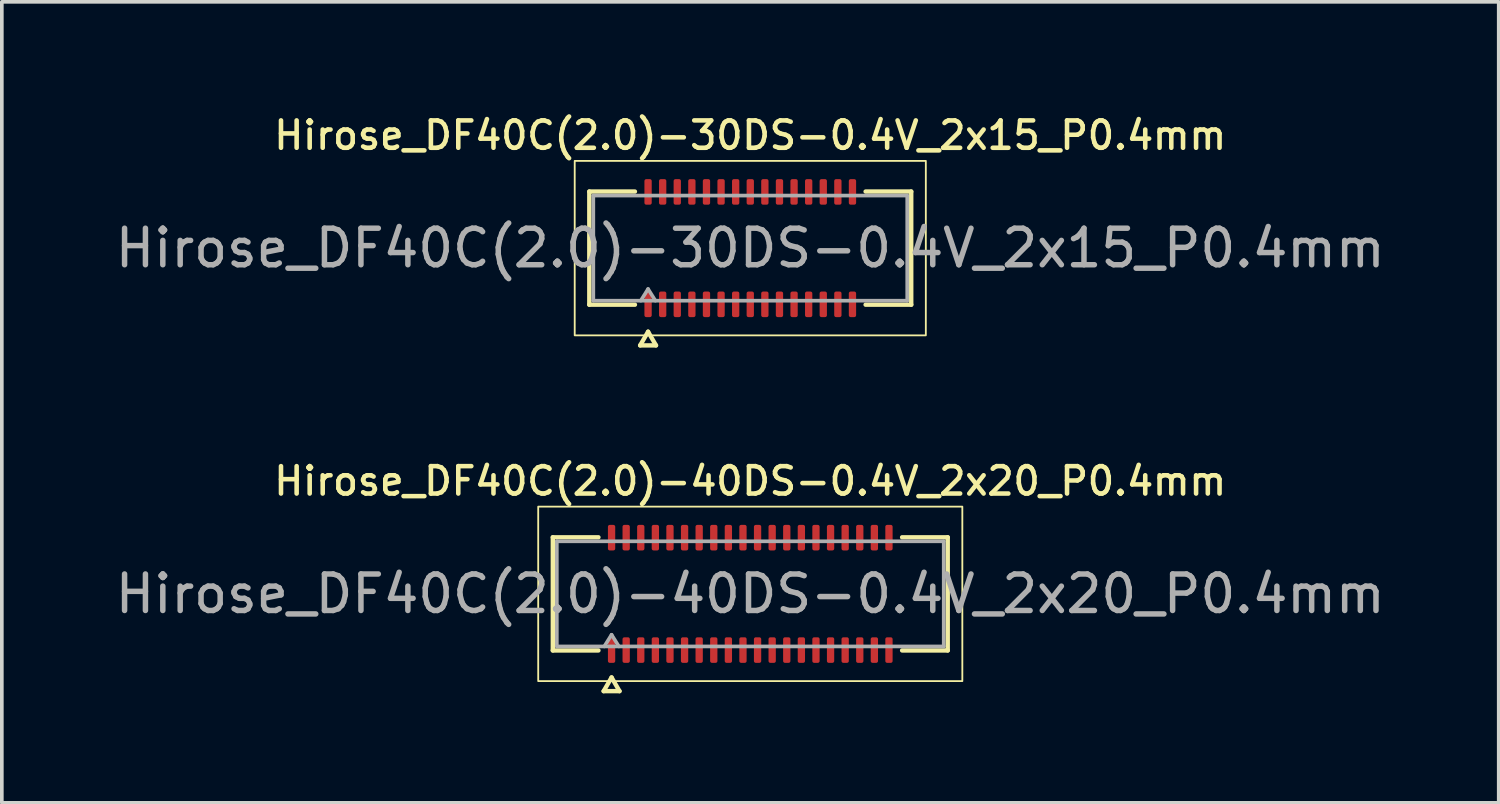
<source format=kicad_pcb>
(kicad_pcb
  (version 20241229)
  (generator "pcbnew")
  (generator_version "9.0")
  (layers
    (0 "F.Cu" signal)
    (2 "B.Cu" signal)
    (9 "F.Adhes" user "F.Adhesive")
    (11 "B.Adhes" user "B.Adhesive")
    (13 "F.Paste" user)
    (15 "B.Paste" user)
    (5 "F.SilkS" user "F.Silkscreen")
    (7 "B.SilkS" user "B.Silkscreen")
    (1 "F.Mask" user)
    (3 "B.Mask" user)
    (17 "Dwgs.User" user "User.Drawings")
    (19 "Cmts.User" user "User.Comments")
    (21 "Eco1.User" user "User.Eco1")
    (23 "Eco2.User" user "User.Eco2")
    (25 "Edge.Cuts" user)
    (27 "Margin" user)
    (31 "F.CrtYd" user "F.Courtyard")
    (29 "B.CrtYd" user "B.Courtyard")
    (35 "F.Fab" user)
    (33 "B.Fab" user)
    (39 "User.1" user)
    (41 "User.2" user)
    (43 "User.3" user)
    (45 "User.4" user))
  (footprint "Hirose_DF40C(2.0)-40DS-0.4V_2x20_P0.4mm"
    (layer "F.Cu")
    (at 17.506 13.221)
    (property "Reference" "Hirose_DF40C(2.0)-40DS-0.4V_2x20_P0.4mm" (at 0 -3.09 0) (layer "F.SilkS") (effects (font (size 0.75 0.75) (thickness 0.125))))
    (attr smd)
    (fp_line (start -5.41 -1.55) (end -4.16 -1.55) (stroke (width 0.12) (type solid)) (layer "F.SilkS"))
    (fp_line (start -5.41 1.55) (end -5.41 -1.55) (stroke (width 0.12) (type solid)) (layer "F.SilkS"))
    (fp_line (start -4.16 1.55) (end -5.41 1.55) (stroke (width 0.12) (type solid)) (layer "F.SilkS"))
    (fp_line (start -4.017 2.665) (end -3.8 2.29) (stroke (width 0.12) (type solid)) (layer "F.SilkS"))
    (fp_line (start -3.8 2.29) (end -3.583 2.665) (stroke (width 0.12) (type solid)) (layer "F.SilkS"))
    (fp_line (start -3.583 2.665) (end -4.017 2.665) (stroke (width 0.12) (type solid)) (layer "F.SilkS"))
    (fp_line (start 4.16 -1.55) (end 5.41 -1.55) (stroke (width 0.12) (type solid)) (layer "F.SilkS"))
    (fp_line (start 5.41 -1.55) (end 5.41 1.55) (stroke (width 0.12) (type solid)) (layer "F.SilkS"))
    (fp_line (start 5.41 1.55) (end 4.16 1.55) (stroke (width 0.12) (type solid)) (layer "F.SilkS"))
    (fp_rect (start -5.81 -2.39) (end 5.81 2.39) (stroke (width 0.05) (type solid)) (fill no) (layer "F.SilkS"))
    (fp_line (start -5.3 -1.44) (end 5.3 -1.44) (stroke (width 0.1) (type solid)) (layer "F.Fab"))
    (fp_line (start -5.3 1.44) (end -5.3 -1.44) (stroke (width 0.1) (type solid)) (layer "F.Fab"))
    (fp_line (start -4 1.44) (end -3.8 1.12) (stroke (width 0.1) (type solid)) (layer "F.Fab"))
    (fp_line (start -3.8 1.12) (end -3.6 1.44) (stroke (width 0.1) (type solid)) (layer "F.Fab"))
    (fp_line (start 5.3 -1.44) (end 5.3 1.44) (stroke (width 0.1) (type solid)) (layer "F.Fab"))
    (fp_line (start 5.3 1.44) (end -5.3 1.44) (stroke (width 0.1) (type solid)) (layer "F.Fab"))
    (fp_text user "${REFERENCE}" (at 0 0 0) (layer "F.Fab") (effects (font (size 1 1) (thickness 0.15))))
    (pad "1" smd roundrect (at -3.8 1.54) (size 0.2 0.7) (layers "F.Cu" "F.Mask" "F.Paste") (roundrect_rratio 0.25))
    (pad "2" smd roundrect (at -3.8 -1.54) (size 0.2 0.7) (layers "F.Cu" "F.Mask" "F.Paste") (roundrect_rratio 0.25))
    (pad "3" smd roundrect (at -3.4 1.54) (size 0.2 0.7) (layers "F.Cu" "F.Mask" "F.Paste") (roundrect_rratio 0.25))
    (pad "4" smd roundrect (at -3.4 -1.54) (size 0.2 0.7) (layers "F.Cu" "F.Mask" "F.Paste") (roundrect_rratio 0.25))
    (pad "5" smd roundrect (at -3 1.54) (size 0.2 0.7) (layers "F.Cu" "F.Mask" "F.Paste") (roundrect_rratio 0.25))
    (pad "6" smd roundrect (at -3 -1.54) (size 0.2 0.7) (layers "F.Cu" "F.Mask" "F.Paste") (roundrect_rratio 0.25))
    (pad "7" smd roundrect (at -2.6 1.54) (size 0.2 0.7) (layers "F.Cu" "F.Mask" "F.Paste") (roundrect_rratio 0.25))
    (pad "8" smd roundrect (at -2.6 -1.54) (size 0.2 0.7) (layers "F.Cu" "F.Mask" "F.Paste") (roundrect_rratio 0.25))
    (pad "9" smd roundrect (at -2.2 1.54) (size 0.2 0.7) (layers "F.Cu" "F.Mask" "F.Paste") (roundrect_rratio 0.25))
    (pad "10" smd roundrect (at -2.2 -1.54) (size 0.2 0.7) (layers "F.Cu" "F.Mask" "F.Paste") (roundrect_rratio 0.25))
    (pad "11" smd roundrect (at -1.8 1.54) (size 0.2 0.7) (layers "F.Cu" "F.Mask" "F.Paste") (roundrect_rratio 0.25))
    (pad "12" smd roundrect (at -1.8 -1.54) (size 0.2 0.7) (layers "F.Cu" "F.Mask" "F.Paste") (roundrect_rratio 0.25))
    (pad "13" smd roundrect (at -1.4 1.54) (size 0.2 0.7) (layers "F.Cu" "F.Mask" "F.Paste") (roundrect_rratio 0.25))
    (pad "14" smd roundrect (at -1.4 -1.54) (size 0.2 0.7) (layers "F.Cu" "F.Mask" "F.Paste") (roundrect_rratio 0.25))
    (pad "15" smd roundrect (at -1 1.54) (size 0.2 0.7) (layers "F.Cu" "F.Mask" "F.Paste") (roundrect_rratio 0.25))
    (pad "16" smd roundrect (at -1 -1.54) (size 0.2 0.7) (layers "F.Cu" "F.Mask" "F.Paste") (roundrect_rratio 0.25))
    (pad "17" smd roundrect (at -0.6 1.54) (size 0.2 0.7) (layers "F.Cu" "F.Mask" "F.Paste") (roundrect_rratio 0.25))
    (pad "18" smd roundrect (at -0.6 -1.54) (size 0.2 0.7) (layers "F.Cu" "F.Mask" "F.Paste") (roundrect_rratio 0.25))
    (pad "19" smd roundrect (at -0.2 1.54) (size 0.2 0.7) (layers "F.Cu" "F.Mask" "F.Paste") (roundrect_rratio 0.25))
    (pad "20" smd roundrect (at -0.2 -1.54) (size 0.2 0.7) (layers "F.Cu" "F.Mask" "F.Paste") (roundrect_rratio 0.25))
    (pad "21" smd roundrect (at 0.2 1.54) (size 0.2 0.7) (layers "F.Cu" "F.Mask" "F.Paste") (roundrect_rratio 0.25))
    (pad "22" smd roundrect (at 0.2 -1.54) (size 0.2 0.7) (layers "F.Cu" "F.Mask" "F.Paste") (roundrect_rratio 0.25))
    (pad "23" smd roundrect (at 0.6 1.54) (size 0.2 0.7) (layers "F.Cu" "F.Mask" "F.Paste") (roundrect_rratio 0.25))
    (pad "24" smd roundrect (at 0.6 -1.54) (size 0.2 0.7) (layers "F.Cu" "F.Mask" "F.Paste") (roundrect_rratio 0.25))
    (pad "25" smd roundrect (at 1 1.54) (size 0.2 0.7) (layers "F.Cu" "F.Mask" "F.Paste") (roundrect_rratio 0.25))
    (pad "26" smd roundrect (at 1 -1.54) (size 0.2 0.7) (layers "F.Cu" "F.Mask" "F.Paste") (roundrect_rratio 0.25))
    (pad "27" smd roundrect (at 1.4 1.54) (size 0.2 0.7) (layers "F.Cu" "F.Mask" "F.Paste") (roundrect_rratio 0.25))
    (pad "28" smd roundrect (at 1.4 -1.54) (size 0.2 0.7) (layers "F.Cu" "F.Mask" "F.Paste") (roundrect_rratio 0.25))
    (pad "29" smd roundrect (at 1.8 1.54) (size 0.2 0.7) (layers "F.Cu" "F.Mask" "F.Paste") (roundrect_rratio 0.25))
    (pad "30" smd roundrect (at 1.8 -1.54) (size 0.2 0.7) (layers "F.Cu" "F.Mask" "F.Paste") (roundrect_rratio 0.25))
    (pad "31" smd roundrect (at 2.2 1.54) (size 0.2 0.7) (layers "F.Cu" "F.Mask" "F.Paste") (roundrect_rratio 0.25))
    (pad "32" smd roundrect (at 2.2 -1.54) (size 0.2 0.7) (layers "F.Cu" "F.Mask" "F.Paste") (roundrect_rratio 0.25))
    (pad "33" smd roundrect (at 2.6 1.54) (size 0.2 0.7) (layers "F.Cu" "F.Mask" "F.Paste") (roundrect_rratio 0.25))
    (pad "34" smd roundrect (at 2.6 -1.54) (size 0.2 0.7) (layers "F.Cu" "F.Mask" "F.Paste") (roundrect_rratio 0.25))
    (pad "35" smd roundrect (at 3 1.54) (size 0.2 0.7) (layers "F.Cu" "F.Mask" "F.Paste") (roundrect_rratio 0.25))
    (pad "36" smd roundrect (at 3 -1.54) (size 0.2 0.7) (layers "F.Cu" "F.Mask" "F.Paste") (roundrect_rratio 0.25))
    (pad "37" smd roundrect (at 3.4 1.54) (size 0.2 0.7) (layers "F.Cu" "F.Mask" "F.Paste") (roundrect_rratio 0.25))
    (pad "38" smd roundrect (at 3.4 -1.54) (size 0.2 0.7) (layers "F.Cu" "F.Mask" "F.Paste") (roundrect_rratio 0.25))
    (pad "39" smd roundrect (at 3.8 1.54) (size 0.2 0.7) (layers "F.Cu" "F.Mask" "F.Paste") (roundrect_rratio 0.25))
    (pad "40" smd roundrect (at 3.8 -1.54) (size 0.2 0.7) (layers "F.Cu" "F.Mask" "F.Paste") (roundrect_rratio 0.25)))
  (footprint "Hirose_DF40C(2.0)-30DS-0.4V_2x15_P0.4mm"
    (layer "F.Cu")
    (at 17.506 3.748)
    (property "Reference" "Hirose_DF40C(2.0)-30DS-0.4V_2x15_P0.4mm" (at 0 -3.09 0) (layer "F.SilkS") (effects (font (size 0.75 0.75) (thickness 0.125))))
    (attr smd)
    (fp_line (start -4.41 -1.55) (end -3.16 -1.55) (stroke (width 0.12) (type solid)) (layer "F.SilkS"))
    (fp_line (start -4.41 1.55) (end -4.41 -1.55) (stroke (width 0.12) (type solid)) (layer "F.SilkS"))
    (fp_line (start -3.16 1.55) (end -4.41 1.55) (stroke (width 0.12) (type solid)) (layer "F.SilkS"))
    (fp_line (start -3.017 2.665) (end -2.8 2.29) (stroke (width 0.12) (type solid)) (layer "F.SilkS"))
    (fp_line (start -2.8 2.29) (end -2.583 2.665) (stroke (width 0.12) (type solid)) (layer "F.SilkS"))
    (fp_line (start -2.583 2.665) (end -3.017 2.665) (stroke (width 0.12) (type solid)) (layer "F.SilkS"))
    (fp_line (start 3.16 -1.55) (end 4.41 -1.55) (stroke (width 0.12) (type solid)) (layer "F.SilkS"))
    (fp_line (start 4.41 -1.55) (end 4.41 1.55) (stroke (width 0.12) (type solid)) (layer "F.SilkS"))
    (fp_line (start 4.41 1.55) (end 3.16 1.55) (stroke (width 0.12) (type solid)) (layer "F.SilkS"))
    (fp_rect (start -4.81 -2.39) (end 4.81 2.39) (stroke (width 0.05) (type solid)) (fill no) (layer "F.SilkS"))
    (fp_line (start -4.3 -1.44) (end 4.3 -1.44) (stroke (width 0.1) (type solid)) (layer "F.Fab"))
    (fp_line (start -4.3 1.44) (end -4.3 -1.44) (stroke (width 0.1) (type solid)) (layer "F.Fab"))
    (fp_line (start -3 1.44) (end -2.8 1.12) (stroke (width 0.1) (type solid)) (layer "F.Fab"))
    (fp_line (start -2.8 1.12) (end -2.6 1.44) (stroke (width 0.1) (type solid)) (layer "F.Fab"))
    (fp_line (start 4.3 -1.44) (end 4.3 1.44) (stroke (width 0.1) (type solid)) (layer "F.Fab"))
    (fp_line (start 4.3 1.44) (end -4.3 1.44) (stroke (width 0.1) (type solid)) (layer "F.Fab"))
    (fp_text user "${REFERENCE}" (at 0 0 0) (layer "F.Fab") (effects (font (size 1 1) (thickness 0.15))))
    (pad "1" smd roundrect (at -2.8 1.54) (size 0.2 0.7) (layers "F.Cu" "F.Mask" "F.Paste") (roundrect_rratio 0.25))
    (pad "2" smd roundrect (at -2.8 -1.54) (size 0.2 0.7) (layers "F.Cu" "F.Mask" "F.Paste") (roundrect_rratio 0.25))
    (pad "3" smd roundrect (at -2.4 1.54) (size 0.2 0.7) (layers "F.Cu" "F.Mask" "F.Paste") (roundrect_rratio 0.25))
    (pad "4" smd roundrect (at -2.4 -1.54) (size 0.2 0.7) (layers "F.Cu" "F.Mask" "F.Paste") (roundrect_rratio 0.25))
    (pad "5" smd roundrect (at -2 1.54) (size 0.2 0.7) (layers "F.Cu" "F.Mask" "F.Paste") (roundrect_rratio 0.25))
    (pad "6" smd roundrect (at -2 -1.54) (size 0.2 0.7) (layers "F.Cu" "F.Mask" "F.Paste") (roundrect_rratio 0.25))
    (pad "7" smd roundrect (at -1.6 1.54) (size 0.2 0.7) (layers "F.Cu" "F.Mask" "F.Paste") (roundrect_rratio 0.25))
    (pad "8" smd roundrect (at -1.6 -1.54) (size 0.2 0.7) (layers "F.Cu" "F.Mask" "F.Paste") (roundrect_rratio 0.25))
    (pad "9" smd roundrect (at -1.2 1.54) (size 0.2 0.7) (layers "F.Cu" "F.Mask" "F.Paste") (roundrect_rratio 0.25))
    (pad "10" smd roundrect (at -1.2 -1.54) (size 0.2 0.7) (layers "F.Cu" "F.Mask" "F.Paste") (roundrect_rratio 0.25))
    (pad "11" smd roundrect (at -0.8 1.54) (size 0.2 0.7) (layers "F.Cu" "F.Mask" "F.Paste") (roundrect_rratio 0.25))
    (pad "12" smd roundrect (at -0.8 -1.54) (size 0.2 0.7) (layers "F.Cu" "F.Mask" "F.Paste") (roundrect_rratio 0.25))
    (pad "13" smd roundrect (at -0.4 1.54) (size 0.2 0.7) (layers "F.Cu" "F.Mask" "F.Paste") (roundrect_rratio 0.25))
    (pad "14" smd roundrect (at -0.4 -1.54) (size 0.2 0.7) (layers "F.Cu" "F.Mask" "F.Paste") (roundrect_rratio 0.25))
    (pad "15" smd roundrect (at 0 1.54) (size 0.2 0.7) (layers "F.Cu" "F.Mask" "F.Paste") (roundrect_rratio 0.25))
    (pad "16" smd roundrect (at 0 -1.54) (size 0.2 0.7) (layers "F.Cu" "F.Mask" "F.Paste") (roundrect_rratio 0.25))
    (pad "17" smd roundrect (at 0.4 1.54) (size 0.2 0.7) (layers "F.Cu" "F.Mask" "F.Paste") (roundrect_rratio 0.25))
    (pad "18" smd roundrect (at 0.4 -1.54) (size 0.2 0.7) (layers "F.Cu" "F.Mask" "F.Paste") (roundrect_rratio 0.25))
    (pad "19" smd roundrect (at 0.8 1.54) (size 0.2 0.7) (layers "F.Cu" "F.Mask" "F.Paste") (roundrect_rratio 0.25))
    (pad "20" smd roundrect (at 0.8 -1.54) (size 0.2 0.7) (layers "F.Cu" "F.Mask" "F.Paste") (roundrect_rratio 0.25))
    (pad "21" smd roundrect (at 1.2 1.54) (size 0.2 0.7) (layers "F.Cu" "F.Mask" "F.Paste") (roundrect_rratio 0.25))
    (pad "22" smd roundrect (at 1.2 -1.54) (size 0.2 0.7) (layers "F.Cu" "F.Mask" "F.Paste") (roundrect_rratio 0.25))
    (pad "23" smd roundrect (at 1.6 1.54) (size 0.2 0.7) (layers "F.Cu" "F.Mask" "F.Paste") (roundrect_rratio 0.25))
    (pad "24" smd roundrect (at 1.6 -1.54) (size 0.2 0.7) (layers "F.Cu" "F.Mask" "F.Paste") (roundrect_rratio 0.25))
    (pad "25" smd roundrect (at 2 1.54) (size 0.2 0.7) (layers "F.Cu" "F.Mask" "F.Paste") (roundrect_rratio 0.25))
    (pad "26" smd roundrect (at 2 -1.54) (size 0.2 0.7) (layers "F.Cu" "F.Mask" "F.Paste") (roundrect_rratio 0.25))
    (pad "27" smd roundrect (at 2.4 1.54) (size 0.2 0.7) (layers "F.Cu" "F.Mask" "F.Paste") (roundrect_rratio 0.25))
    (pad "28" smd roundrect (at 2.4 -1.54) (size 0.2 0.7) (layers "F.Cu" "F.Mask" "F.Paste") (roundrect_rratio 0.25))
    (pad "29" smd roundrect (at 2.8 1.54) (size 0.2 0.7) (layers "F.Cu" "F.Mask" "F.Paste") (roundrect_rratio 0.25))
    (pad "30" smd roundrect (at 2.8 -1.54) (size 0.2 0.7) (layers "F.Cu" "F.Mask" "F.Paste") (roundrect_rratio 0.25)))
  (gr_rect
    (start -3 -3)
    (end 38.012 18.946)
    (stroke (width 0.1) (type default))
    (fill no)
    (layer "Edge.Cuts")))
</source>
